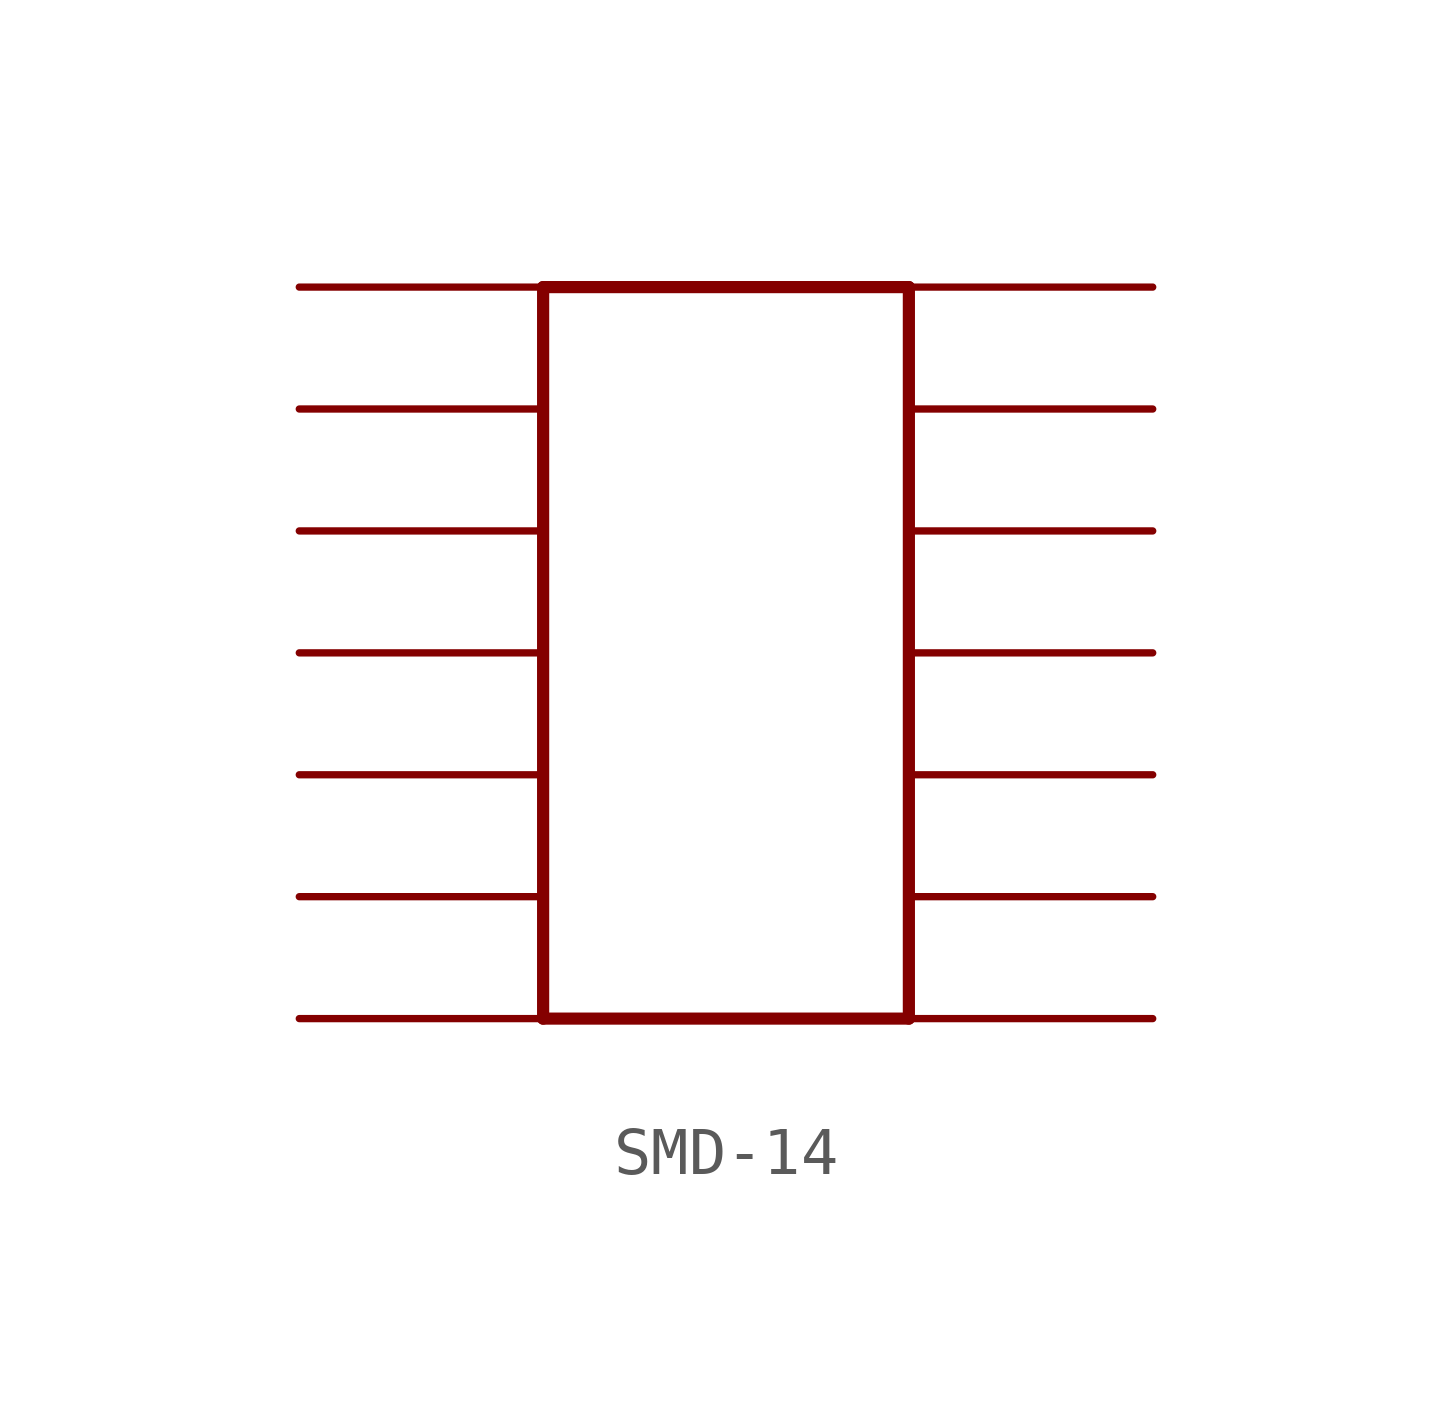
<source format=kicad_sym>
(kicad_symbol_lib
  (version 20220914)
  (generator kicad_symbol_editor)
  (symbol "SMD-14"
    (property "Reference" "IC"
      (at 0 0 0)
      (effects (font (size 1.27 1.27)) hide))
    (property "ki_locked" ""
      (at 0 0 0)
      (effects (font (size 1.27 1.27))))
    (symbol "SMD-14_1_0"
      (polyline (pts (xy -2.54 -2.54) (xy -2.54 12.7)) (stroke (width 0.254) (type solid)) (fill (type none)))
      (polyline (pts (xy -2.54 12.7) (xy 5.08 12.7)) (stroke (width 0.254) (type solid)) (fill (type none)))
      (polyline (pts (xy 5.08 -2.54) (xy -2.54 -2.54)) (stroke (width 0.254) (type solid)) (fill (type none)))
      (polyline (pts (xy 5.08 12.7) (xy 5.08 -2.54)) (stroke (width 0.254) (type solid)) (fill (type none)))
      (pin bidirectional line (at -7.62 12.7 0) (length 5.08) (name "P$1" (effects (font (size 0 0)))) (number "P$1" (effects (font (size 0 0)))))
      (pin bidirectional line (at 10.16 2.54 180) (length 5.08) (name "P$10" (effects (font (size 0 0)))) (number "P$10" (effects (font (size 0 0)))))
      (pin bidirectional line (at 10.16 5.08 180) (length 5.08) (name "P$11" (effects (font (size 0 0)))) (number "P$11" (effects (font (size 0 0)))))
      (pin bidirectional line (at 10.16 7.62 180) (length 5.08) (name "P$12" (effects (font (size 0 0)))) (number "P$12" (effects (font (size 0 0)))))
      (pin bidirectional line (at 10.16 10.16 180) (length 5.08) (name "P$13" (effects (font (size 0 0)))) (number "P$13" (effects (font (size 0 0)))))
      (pin bidirectional line (at 10.16 12.7 180) (length 5.08) (name "P$14" (effects (font (size 0 0)))) (number "P$14" (effects (font (size 0 0)))))
      (pin bidirectional line (at -7.62 10.16 0) (length 5.08) (name "P$2" (effects (font (size 0 0)))) (number "P$2" (effects (font (size 0 0)))))
      (pin bidirectional line (at -7.62 7.62 0) (length 5.08) (name "P$3" (effects (font (size 0 0)))) (number "P$3" (effects (font (size 0 0)))))
      (pin bidirectional line (at -7.62 5.08 0) (length 5.08) (name "P$4" (effects (font (size 0 0)))) (number "P$4" (effects (font (size 0 0)))))
      (pin bidirectional line (at -7.62 2.54 0) (length 5.08) (name "P$5" (effects (font (size 0 0)))) (number "P$5" (effects (font (size 0 0)))))
      (pin bidirectional line (at -7.62 0 0) (length 5.08) (name "P$6" (effects (font (size 0 0)))) (number "P$6" (effects (font (size 0 0)))))
      (pin bidirectional line (at -7.62 -2.54 0) (length 5.08) (name "P$7" (effects (font (size 0 0)))) (number "P$7" (effects (font (size 0 0)))))
      (pin bidirectional line (at 10.16 -2.54 180) (length 5.08) (name "P$8" (effects (font (size 0 0)))) (number "P$8" (effects (font (size 0 0)))))
      (pin bidirectional line (at 10.16 0 180) (length 5.08) (name "P$9" (effects (font (size 0 0)))) (number "P$9" (effects (font (size 0 0))))))))
</source>
